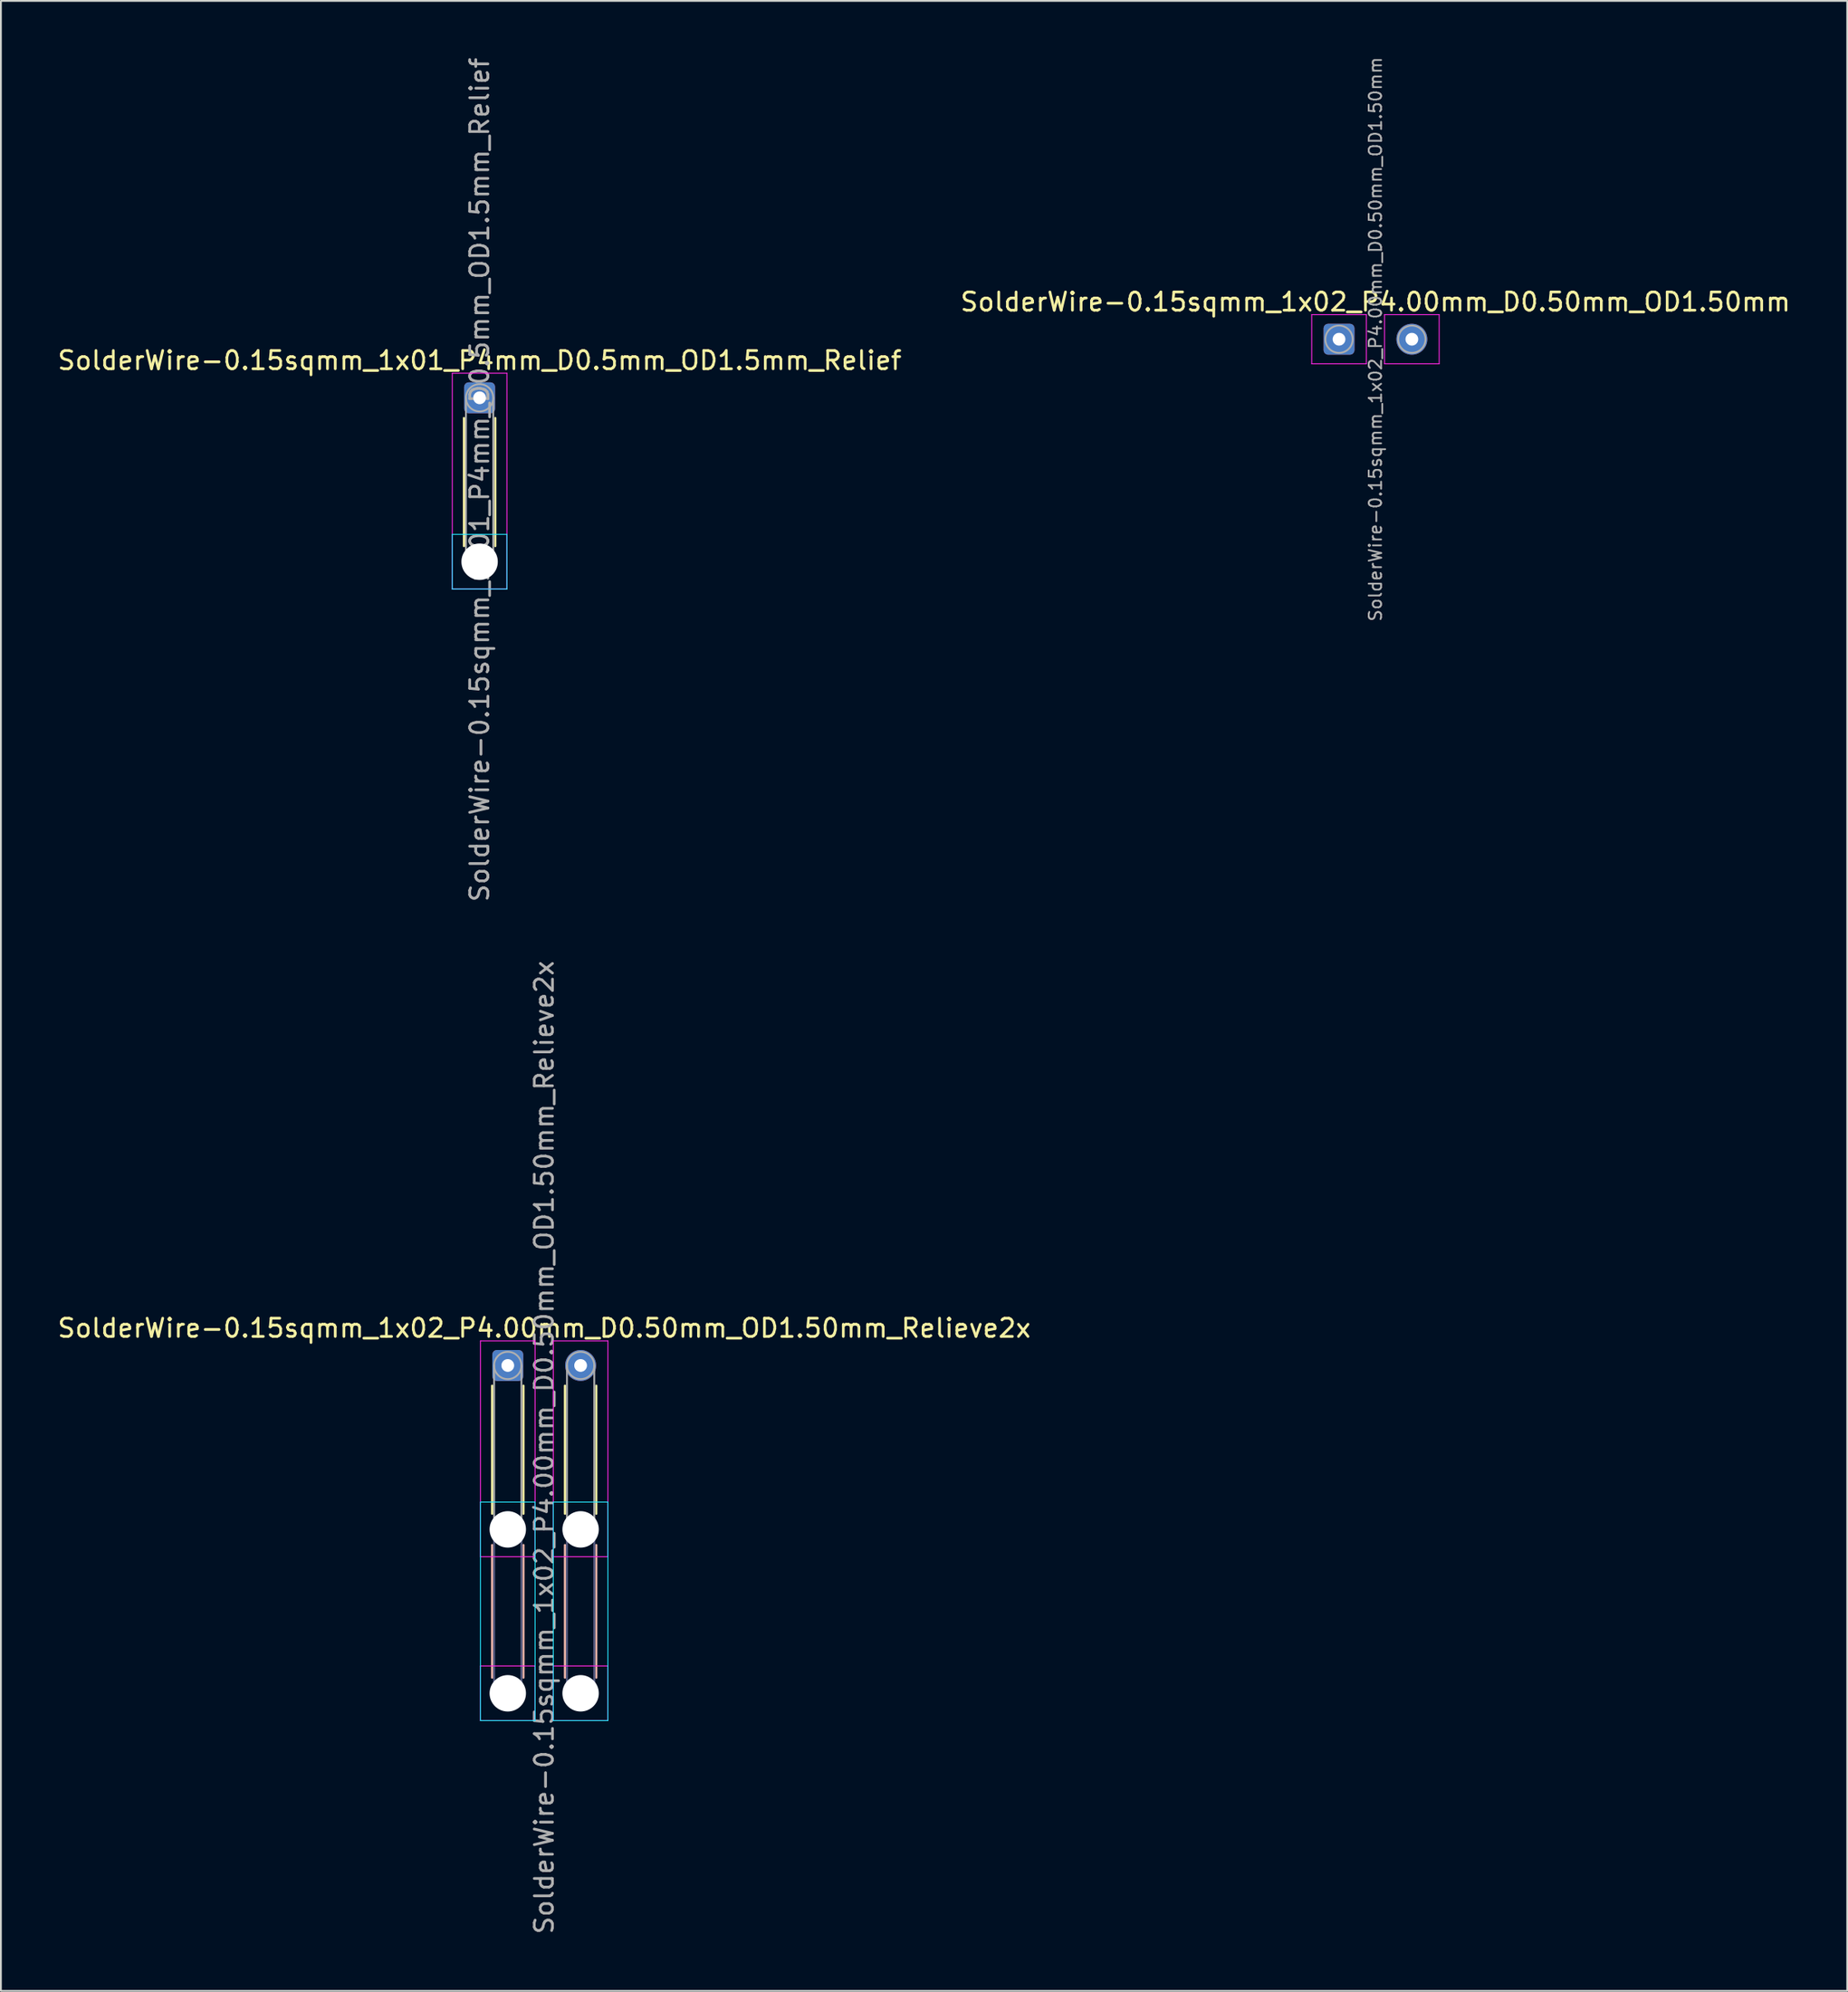
<source format=kicad_pcb>
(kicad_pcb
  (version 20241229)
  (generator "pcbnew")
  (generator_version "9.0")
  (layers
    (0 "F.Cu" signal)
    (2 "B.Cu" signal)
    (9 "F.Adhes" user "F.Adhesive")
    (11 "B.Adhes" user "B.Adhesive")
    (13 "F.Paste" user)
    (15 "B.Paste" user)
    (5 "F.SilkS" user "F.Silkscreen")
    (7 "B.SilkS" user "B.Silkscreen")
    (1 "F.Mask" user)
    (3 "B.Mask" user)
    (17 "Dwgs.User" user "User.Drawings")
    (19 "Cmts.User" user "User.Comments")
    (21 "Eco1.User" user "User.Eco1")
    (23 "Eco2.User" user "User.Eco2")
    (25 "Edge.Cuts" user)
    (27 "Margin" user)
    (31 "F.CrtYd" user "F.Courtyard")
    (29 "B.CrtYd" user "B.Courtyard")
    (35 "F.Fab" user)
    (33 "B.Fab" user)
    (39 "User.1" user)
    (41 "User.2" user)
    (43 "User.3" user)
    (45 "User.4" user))
  (footprint "SolderWire-0.15sqmm_1x02_P4.00mm_D0.50mm_OD1.50mm"
    (layer "F.Cu")
    (at 70.494 15.576)
    (property "Reference" "SolderWire-0.15sqmm_1x02_P4.00mm_D0.50mm_OD1.50mm" (at 2 -2.05 0) (layer "F.SilkS") (effects (font (size 1 1) (thickness 0.15))))
    (attr exclude_from_pos_files exclude_from_bom)
    (fp_line (start -1.5 -1.35) (end -1.5 1.35) (stroke (width 0.05) (type solid)) (layer "F.CrtYd"))
    (fp_line (start -1.5 1.35) (end 1.5 1.35) (stroke (width 0.05) (type solid)) (layer "F.CrtYd"))
    (fp_line (start 1.5 -1.35) (end -1.5 -1.35) (stroke (width 0.05) (type solid)) (layer "F.CrtYd"))
    (fp_line (start 1.5 1.35) (end 1.5 -1.35) (stroke (width 0.05) (type solid)) (layer "F.CrtYd"))
    (fp_line (start 2.5 -1.35) (end 2.5 1.35) (stroke (width 0.05) (type solid)) (layer "F.CrtYd"))
    (fp_line (start 2.5 1.35) (end 5.5 1.35) (stroke (width 0.05) (type solid)) (layer "F.CrtYd"))
    (fp_line (start 5.5 -1.35) (end 2.5 -1.35) (stroke (width 0.05) (type solid)) (layer "F.CrtYd"))
    (fp_line (start 5.5 1.35) (end 5.5 -1.35) (stroke (width 0.05) (type solid)) (layer "F.CrtYd"))
    (fp_circle (center 0 0) (end 0.75 0) (stroke (width 0.1) (type solid)) (fill no) (layer "F.Fab"))
    (fp_circle (center 4 0) (end 4.75 0) (stroke (width 0.1) (type solid)) (fill no) (layer "F.Fab"))
    (fp_text user "${REFERENCE}" (at 2 0 90) (layer "F.Fab") (effects (font (size 0.68 0.68) (thickness 0.1))))
    (pad "1" thru_hole roundrect (at 0 0) (size 1.7 1.7) (drill 0.7) (layers "*.Cu" "*.Mask") (roundrect_rratio 0.147))
    (pad "2" thru_hole circle (at 4 0) (size 1.7 1.7) (drill 0.7) (layers "*.Cu" "*.Mask")))
  (footprint "SolderWire-0.15sqmm_1x01_P4mm_D0.5mm_OD1.5mm_Relief"
    (layer "F.Cu")
    (at 23.292 18.792)
    (property "Reference" "SolderWire-0.15sqmm_1x01_P4mm_D0.5mm_OD1.5mm_Relief" (at 0 -2.05 0) (layer "F.SilkS") (effects (font (size 1 1) (thickness 0.15))))
    (attr exclude_from_pos_files exclude_from_bom)
    (fp_line (start -0.86 1.11) (end -0.86 8.14) (stroke (width 0.12) (type solid)) (layer "F.SilkS"))
    (fp_line (start 0.86 1.11) (end 0.86 8.14) (stroke (width 0.12) (type solid)) (layer "F.SilkS"))
    (fp_line (start -1.5 7.5) (end -1.5 10.5) (stroke (width 0.05) (type solid)) (layer "B.CrtYd"))
    (fp_line (start -1.5 10.5) (end 1.5 10.5) (stroke (width 0.05) (type solid)) (layer "B.CrtYd"))
    (fp_line (start 1.5 7.5) (end -1.5 7.5) (stroke (width 0.05) (type solid)) (layer "B.CrtYd"))
    (fp_line (start 1.5 10.5) (end 1.5 7.5) (stroke (width 0.05) (type solid)) (layer "B.CrtYd"))
    (fp_line (start -1.5 -1.35) (end -1.5 10.5) (stroke (width 0.05) (type solid)) (layer "F.CrtYd"))
    (fp_line (start -1.5 10.5) (end 1.5 10.5) (stroke (width 0.05) (type solid)) (layer "F.CrtYd"))
    (fp_line (start 1.5 -1.35) (end -1.5 -1.35) (stroke (width 0.05) (type solid)) (layer "F.CrtYd"))
    (fp_line (start 1.5 10.5) (end 1.5 -1.35) (stroke (width 0.05) (type solid)) (layer "F.CrtYd"))
    (fp_line (start -0.75 0) (end -0.75 9) (stroke (width 0.1) (type solid)) (layer "F.Fab"))
    (fp_line (start 0.75 0) (end 0.75 9) (stroke (width 0.1) (type solid)) (layer "F.Fab"))
    (fp_circle (center 0 0) (end 0.75 0) (stroke (width 0.1) (type solid)) (fill no) (layer "F.Fab"))
    (fp_circle (center 0 9) (end 0.75 9) (stroke (width 0.1) (type solid)) (fill no) (layer "F.Fab"))
    (fp_text user "${REFERENCE}" (at 0 4.5 90) (layer "F.Fab") (effects (font (size 1 1) (thickness 0.15))))
    (pad "" np_thru_hole circle (at 0 9) (size 2 2) (drill 2) (layers "*.Cu" "*.Mask"))
    (pad "1" thru_hole roundrect (at 0 0) (size 1.7 1.7) (drill 0.7) (layers "*.Cu" "*.Mask") (roundrect_rratio 0.147)))
  (footprint "SolderWire-0.15sqmm_1x02_P4.00mm_D0.50mm_OD1.50mm_Relieve2x"
    (layer "F.Cu")
    (at 24.839 71.923)
    (property "Reference" "SolderWire-0.15sqmm_1x02_P4.00mm_D0.50mm_OD1.50mm_Relieve2x" (at 2 -2.05 0) (layer "F.SilkS") (effects (font (size 1 1) (thickness 0.15))))
    (attr exclude_from_pos_files exclude_from_bom)
    (fp_line (start -0.86 1.11) (end -0.86 8.14) (stroke (width 0.12) (type solid)) (layer "F.SilkS"))
    (fp_line (start 0.86 1.11) (end 0.86 8.14) (stroke (width 0.12) (type solid)) (layer "F.SilkS"))
    (fp_line (start 3.14 1.11) (end 3.14 8.14) (stroke (width 0.12) (type solid)) (layer "F.SilkS"))
    (fp_line (start 4.86 1.11) (end 4.86 8.14) (stroke (width 0.12) (type solid)) (layer "F.SilkS"))
    (fp_line (start -0.86 9.86) (end -0.86 17.14) (stroke (width 0.12) (type solid)) (layer "B.SilkS"))
    (fp_line (start 0.86 9.86) (end 0.86 17.14) (stroke (width 0.12) (type solid)) (layer "B.SilkS"))
    (fp_line (start 3.14 9.86) (end 3.14 17.14) (stroke (width 0.12) (type solid)) (layer "B.SilkS"))
    (fp_line (start 4.86 9.86) (end 4.86 17.14) (stroke (width 0.12) (type solid)) (layer "B.SilkS"))
    (fp_line (start -1.5 7.5) (end -1.5 19.5) (stroke (width 0.05) (type solid)) (layer "B.CrtYd"))
    (fp_line (start -1.5 19.5) (end 1.5 19.5) (stroke (width 0.05) (type solid)) (layer "B.CrtYd"))
    (fp_line (start 1.5 7.5) (end -1.5 7.5) (stroke (width 0.05) (type solid)) (layer "B.CrtYd"))
    (fp_line (start 1.5 19.5) (end 1.5 7.5) (stroke (width 0.05) (type solid)) (layer "B.CrtYd"))
    (fp_line (start 2.5 7.5) (end 2.5 19.5) (stroke (width 0.05) (type solid)) (layer "B.CrtYd"))
    (fp_line (start 2.5 19.5) (end 5.5 19.5) (stroke (width 0.05) (type solid)) (layer "B.CrtYd"))
    (fp_line (start 5.5 7.5) (end 2.5 7.5) (stroke (width 0.05) (type solid)) (layer "B.CrtYd"))
    (fp_line (start 5.5 19.5) (end 5.5 7.5) (stroke (width 0.05) (type solid)) (layer "B.CrtYd"))
    (fp_line (start -1.5 -1.35) (end -1.5 10.5) (stroke (width 0.05) (type solid)) (layer "F.CrtYd"))
    (fp_line (start -1.5 10.5) (end 1.5 10.5) (stroke (width 0.05) (type solid)) (layer "F.CrtYd"))
    (fp_line (start -1.5 16.5) (end -1.5 19.5) (stroke (width 0.05) (type solid)) (layer "F.CrtYd"))
    (fp_line (start -1.5 19.5) (end 1.5 19.5) (stroke (width 0.05) (type solid)) (layer "F.CrtYd"))
    (fp_line (start 1.5 -1.35) (end -1.5 -1.35) (stroke (width 0.05) (type solid)) (layer "F.CrtYd"))
    (fp_line (start 1.5 10.5) (end 1.5 -1.35) (stroke (width 0.05) (type solid)) (layer "F.CrtYd"))
    (fp_line (start 1.5 16.5) (end -1.5 16.5) (stroke (width 0.05) (type solid)) (layer "F.CrtYd"))
    (fp_line (start 1.5 19.5) (end 1.5 16.5) (stroke (width 0.05) (type solid)) (layer "F.CrtYd"))
    (fp_line (start 2.5 -1.35) (end 2.5 10.5) (stroke (width 0.05) (type solid)) (layer "F.CrtYd"))
    (fp_line (start 2.5 10.5) (end 5.5 10.5) (stroke (width 0.05) (type solid)) (layer "F.CrtYd"))
    (fp_line (start 2.5 16.5) (end 2.5 19.5) (stroke (width 0.05) (type solid)) (layer "F.CrtYd"))
    (fp_line (start 2.5 19.5) (end 5.5 19.5) (stroke (width 0.05) (type solid)) (layer "F.CrtYd"))
    (fp_line (start 5.5 -1.35) (end 2.5 -1.35) (stroke (width 0.05) (type solid)) (layer "F.CrtYd"))
    (fp_line (start 5.5 10.5) (end 5.5 -1.35) (stroke (width 0.05) (type solid)) (layer "F.CrtYd"))
    (fp_line (start 5.5 16.5) (end 2.5 16.5) (stroke (width 0.05) (type solid)) (layer "F.CrtYd"))
    (fp_line (start 5.5 19.5) (end 5.5 16.5) (stroke (width 0.05) (type solid)) (layer "F.CrtYd"))
    (fp_line (start -0.75 9) (end -0.75 18) (stroke (width 0.1) (type solid)) (layer "B.Fab"))
    (fp_line (start 0.75 9) (end 0.75 18) (stroke (width 0.1) (type solid)) (layer "B.Fab"))
    (fp_line (start 3.25 9) (end 3.25 18) (stroke (width 0.1) (type solid)) (layer "B.Fab"))
    (fp_line (start 4.75 9) (end 4.75 18) (stroke (width 0.1) (type solid)) (layer "B.Fab"))
    (fp_circle (center 0 9) (end 0.75 9) (stroke (width 0.1) (type solid)) (fill no) (layer "B.Fab"))
    (fp_circle (center 0 18) (end 0.75 18) (stroke (width 0.1) (type solid)) (fill no) (layer "B.Fab"))
    (fp_circle (center 4 9) (end 4.75 9) (stroke (width 0.1) (type solid)) (fill no) (layer "B.Fab"))
    (fp_circle (center 4 18) (end 4.75 18) (stroke (width 0.1) (type solid)) (fill no) (layer "B.Fab"))
    (fp_line (start -0.75 0) (end -0.75 9) (stroke (width 0.1) (type solid)) (layer "F.Fab"))
    (fp_line (start 0.75 0) (end 0.75 9) (stroke (width 0.1) (type solid)) (layer "F.Fab"))
    (fp_line (start 3.25 0) (end 3.25 9) (stroke (width 0.1) (type solid)) (layer "F.Fab"))
    (fp_line (start 4.75 0) (end 4.75 9) (stroke (width 0.1) (type solid)) (layer "F.Fab"))
    (fp_circle (center 0 0) (end 0.75 0) (stroke (width 0.1) (type solid)) (fill no) (layer "F.Fab"))
    (fp_circle (center 0 9) (end 0.75 9) (stroke (width 0.1) (type solid)) (fill no) (layer "F.Fab"))
    (fp_circle (center 0 18) (end 0.75 18) (stroke (width 0.1) (type solid)) (fill no) (layer "F.Fab"))
    (fp_circle (center 4 0) (end 4.75 0) (stroke (width 0.1) (type solid)) (fill no) (layer "F.Fab"))
    (fp_circle (center 4 9) (end 4.75 9) (stroke (width 0.1) (type solid)) (fill no) (layer "F.Fab"))
    (fp_circle (center 4 18) (end 4.75 18) (stroke (width 0.1) (type solid)) (fill no) (layer "F.Fab"))
    (fp_text user "${REFERENCE}" (at 2 4.5 90) (layer "F.Fab") (effects (font (size 1 1) (thickness 0.15))))
    (pad "" np_thru_hole circle (at 0 9) (size 2 2) (drill 2) (layers "*.Cu" "*.Mask"))
    (pad "" np_thru_hole circle (at 0 18) (size 2 2) (drill 2) (layers "*.Cu" "*.Mask"))
    (pad "" np_thru_hole circle (at 4 9) (size 2 2) (drill 2) (layers "*.Cu" "*.Mask"))
    (pad "" np_thru_hole circle (at 4 18) (size 2 2) (drill 2) (layers "*.Cu" "*.Mask"))
    (pad "1" thru_hole roundrect (at 0 0) (size 1.7 1.7) (drill 0.7) (layers "*.Cu" "*.Mask") (roundrect_rratio 0.147))
    (pad "2" thru_hole circle (at 4 0) (size 1.7 1.7) (drill 0.7) (layers "*.Cu" "*.Mask")))
  (gr_rect
    (start -3 -3)
    (end 98.405 106.262)
    (stroke (width 0.1) (type default))
    (fill no)
    (layer "Edge.Cuts")))
</source>
